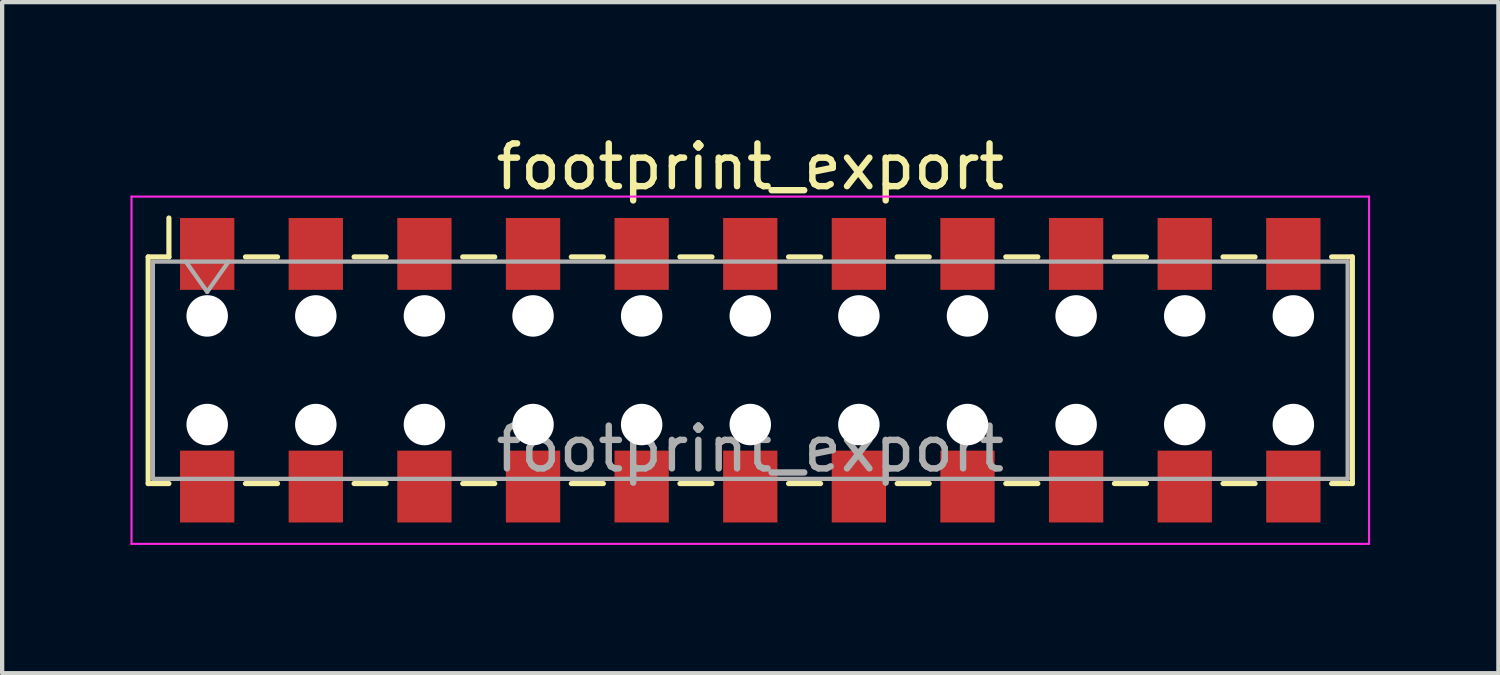
<source format=kicad_pcb>
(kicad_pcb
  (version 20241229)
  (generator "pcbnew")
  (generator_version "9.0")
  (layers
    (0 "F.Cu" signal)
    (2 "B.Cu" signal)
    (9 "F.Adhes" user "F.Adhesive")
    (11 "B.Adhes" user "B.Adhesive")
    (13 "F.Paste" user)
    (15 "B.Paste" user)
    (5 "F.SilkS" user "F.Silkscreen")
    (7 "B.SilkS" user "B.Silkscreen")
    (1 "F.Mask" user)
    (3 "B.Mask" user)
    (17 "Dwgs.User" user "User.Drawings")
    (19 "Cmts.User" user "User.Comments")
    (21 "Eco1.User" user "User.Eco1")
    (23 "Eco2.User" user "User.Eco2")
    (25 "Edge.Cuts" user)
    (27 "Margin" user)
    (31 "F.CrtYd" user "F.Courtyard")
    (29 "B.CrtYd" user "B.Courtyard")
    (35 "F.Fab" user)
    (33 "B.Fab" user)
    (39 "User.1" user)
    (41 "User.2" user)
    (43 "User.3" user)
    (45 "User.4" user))
  (footprint "footprint_export"
    (layer "F.Cu")
    (at 14.495 5.608)
    (property "Reference" "footprint_export" (at 0 -4.76 0) (layer "F.SilkS") (effects (font (size 1 1) (thickness 0.15))))
    (attr smd)
    (fp_line (start -14.08 -2.65) (end -14.08 2.65) (stroke (width 0.12) (type solid)) (layer "F.SilkS"))
    (fp_line (start -14.08 2.65) (end -13.595 2.65) (stroke (width 0.12) (type solid)) (layer "F.SilkS"))
    (fp_line (start -13.595 -3.56) (end -13.595 -2.65) (stroke (width 0.12) (type solid)) (layer "F.SilkS"))
    (fp_line (start -13.595 -2.65) (end -14.08 -2.65) (stroke (width 0.12) (type solid)) (layer "F.SilkS"))
    (fp_line (start -11.805 -2.65) (end -11.055 -2.65) (stroke (width 0.12) (type solid)) (layer "F.SilkS"))
    (fp_line (start -11.805 2.65) (end -11.055 2.65) (stroke (width 0.12) (type solid)) (layer "F.SilkS"))
    (fp_line (start -9.265 -2.65) (end -8.515 -2.65) (stroke (width 0.12) (type solid)) (layer "F.SilkS"))
    (fp_line (start -9.265 2.65) (end -8.515 2.65) (stroke (width 0.12) (type solid)) (layer "F.SilkS"))
    (fp_line (start -6.725 -2.65) (end -5.975 -2.65) (stroke (width 0.12) (type solid)) (layer "F.SilkS"))
    (fp_line (start -6.725 2.65) (end -5.975 2.65) (stroke (width 0.12) (type solid)) (layer "F.SilkS"))
    (fp_line (start -4.185 -2.65) (end -3.435 -2.65) (stroke (width 0.12) (type solid)) (layer "F.SilkS"))
    (fp_line (start -4.185 2.65) (end -3.435 2.65) (stroke (width 0.12) (type solid)) (layer "F.SilkS"))
    (fp_line (start -1.645 -2.65) (end -0.895 -2.65) (stroke (width 0.12) (type solid)) (layer "F.SilkS"))
    (fp_line (start -1.645 2.65) (end -0.895 2.65) (stroke (width 0.12) (type solid)) (layer "F.SilkS"))
    (fp_line (start 0.895 -2.65) (end 1.645 -2.65) (stroke (width 0.12) (type solid)) (layer "F.SilkS"))
    (fp_line (start 0.895 2.65) (end 1.645 2.65) (stroke (width 0.12) (type solid)) (layer "F.SilkS"))
    (fp_line (start 3.435 -2.65) (end 4.185 -2.65) (stroke (width 0.12) (type solid)) (layer "F.SilkS"))
    (fp_line (start 3.435 2.65) (end 4.185 2.65) (stroke (width 0.12) (type solid)) (layer "F.SilkS"))
    (fp_line (start 5.975 -2.65) (end 6.725 -2.65) (stroke (width 0.12) (type solid)) (layer "F.SilkS"))
    (fp_line (start 5.975 2.65) (end 6.725 2.65) (stroke (width 0.12) (type solid)) (layer "F.SilkS"))
    (fp_line (start 8.515 -2.65) (end 9.265 -2.65) (stroke (width 0.12) (type solid)) (layer "F.SilkS"))
    (fp_line (start 8.515 2.65) (end 9.265 2.65) (stroke (width 0.12) (type solid)) (layer "F.SilkS"))
    (fp_line (start 11.055 -2.65) (end 11.805 -2.65) (stroke (width 0.12) (type solid)) (layer "F.SilkS"))
    (fp_line (start 11.055 2.65) (end 11.805 2.65) (stroke (width 0.12) (type solid)) (layer "F.SilkS"))
    (fp_line (start 13.595 -2.65) (end 14.08 -2.65) (stroke (width 0.12) (type solid)) (layer "F.SilkS"))
    (fp_line (start 14.08 -2.65) (end 14.08 2.65) (stroke (width 0.12) (type solid)) (layer "F.SilkS"))
    (fp_line (start 14.08 2.65) (end 13.595 2.65) (stroke (width 0.12) (type solid)) (layer "F.SilkS"))
    (fp_line (start -14.47 -4.06) (end 14.47 -4.06) (stroke (width 0.05) (type solid)) (layer "F.CrtYd"))
    (fp_line (start -14.47 4.06) (end -14.47 -4.06) (stroke (width 0.05) (type solid)) (layer "F.CrtYd"))
    (fp_line (start 14.47 -4.06) (end 14.47 4.06) (stroke (width 0.05) (type solid)) (layer "F.CrtYd"))
    (fp_line (start 14.47 4.06) (end -14.47 4.06) (stroke (width 0.05) (type solid)) (layer "F.CrtYd"))
    (fp_line (start -13.97 -2.54) (end 13.97 -2.54) (stroke (width 0.1) (type solid)) (layer "F.Fab"))
    (fp_line (start -13.97 2.54) (end -13.97 -2.54) (stroke (width 0.1) (type solid)) (layer "F.Fab"))
    (fp_line (start -13.2 -2.54) (end -12.7 -1.833) (stroke (width 0.1) (type solid)) (layer "F.Fab"))
    (fp_line (start -12.7 -1.833) (end -12.2 -2.54) (stroke (width 0.1) (type solid)) (layer "F.Fab"))
    (fp_line (start 13.97 -2.54) (end 13.97 2.54) (stroke (width 0.1) (type solid)) (layer "F.Fab"))
    (fp_line (start 13.97 2.54) (end -13.97 2.54) (stroke (width 0.1) (type solid)) (layer "F.Fab"))
    (fp_text user "${REFERENCE}" (at 0 1.84 0) (layer "F.Fab") (effects (font (size 1 1) (thickness 0.15))))
    (pad "" np_thru_hole circle (at -12.7 -1.27) (size 0.97 0.97) (drill 0.97) (layers "*.Cu" "*.Mask"))
    (pad "" np_thru_hole circle (at -12.7 1.27) (size 0.97 0.97) (drill 0.97) (layers "*.Cu" "*.Mask"))
    (pad "" np_thru_hole circle (at -10.16 -1.27) (size 0.97 0.97) (drill 0.97) (layers "*.Cu" "*.Mask"))
    (pad "" np_thru_hole circle (at -10.16 1.27) (size 0.97 0.97) (drill 0.97) (layers "*.Cu" "*.Mask"))
    (pad "" np_thru_hole circle (at -7.62 -1.27) (size 0.97 0.97) (drill 0.97) (layers "*.Cu" "*.Mask"))
    (pad "" np_thru_hole circle (at -7.62 1.27) (size 0.97 0.97) (drill 0.97) (layers "*.Cu" "*.Mask"))
    (pad "" np_thru_hole circle (at -5.08 -1.27) (size 0.97 0.97) (drill 0.97) (layers "*.Cu" "*.Mask"))
    (pad "" np_thru_hole circle (at -5.08 1.27) (size 0.97 0.97) (drill 0.97) (layers "*.Cu" "*.Mask"))
    (pad "" np_thru_hole circle (at -2.54 -1.27) (size 0.97 0.97) (drill 0.97) (layers "*.Cu" "*.Mask"))
    (pad "" np_thru_hole circle (at -2.54 1.27) (size 0.97 0.97) (drill 0.97) (layers "*.Cu" "*.Mask"))
    (pad "" np_thru_hole circle (at 0 -1.27) (size 0.97 0.97) (drill 0.97) (layers "*.Cu" "*.Mask"))
    (pad "" np_thru_hole circle (at 0 1.27) (size 0.97 0.97) (drill 0.97) (layers "*.Cu" "*.Mask"))
    (pad "" np_thru_hole circle (at 2.54 -1.27) (size 0.97 0.97) (drill 0.97) (layers "*.Cu" "*.Mask"))
    (pad "" np_thru_hole circle (at 2.54 1.27) (size 0.97 0.97) (drill 0.97) (layers "*.Cu" "*.Mask"))
    (pad "" np_thru_hole circle (at 5.08 -1.27) (size 0.97 0.97) (drill 0.97) (layers "*.Cu" "*.Mask"))
    (pad "" np_thru_hole circle (at 5.08 1.27) (size 0.97 0.97) (drill 0.97) (layers "*.Cu" "*.Mask"))
    (pad "" np_thru_hole circle (at 7.62 -1.27) (size 0.97 0.97) (drill 0.97) (layers "*.Cu" "*.Mask"))
    (pad "" np_thru_hole circle (at 7.62 1.27) (size 0.97 0.97) (drill 0.97) (layers "*.Cu" "*.Mask"))
    (pad "" np_thru_hole circle (at 10.16 -1.27) (size 0.97 0.97) (drill 0.97) (layers "*.Cu" "*.Mask"))
    (pad "" np_thru_hole circle (at 10.16 1.27) (size 0.97 0.97) (drill 0.97) (layers "*.Cu" "*.Mask"))
    (pad "" np_thru_hole circle (at 12.7 -1.27) (size 0.97 0.97) (drill 0.97) (layers "*.Cu" "*.Mask"))
    (pad "" np_thru_hole circle (at 12.7 1.27) (size 0.97 0.97) (drill 0.97) (layers "*.Cu" "*.Mask"))
    (pad "1" smd rect (at -12.7 -2.72) (size 1.27 1.68) (layers "F.Cu" "F.Mask" "F.Paste"))
    (pad "2" smd rect (at -12.7 2.72) (size 1.27 1.68) (layers "F.Cu" "F.Mask" "F.Paste"))
    (pad "3" smd rect (at -10.16 -2.72) (size 1.27 1.68) (layers "F.Cu" "F.Mask" "F.Paste"))
    (pad "4" smd rect (at -10.16 2.72) (size 1.27 1.68) (layers "F.Cu" "F.Mask" "F.Paste"))
    (pad "5" smd rect (at -7.62 -2.72) (size 1.27 1.68) (layers "F.Cu" "F.Mask" "F.Paste"))
    (pad "6" smd rect (at -7.62 2.72) (size 1.27 1.68) (layers "F.Cu" "F.Mask" "F.Paste"))
    (pad "7" smd rect (at -5.08 -2.72) (size 1.27 1.68) (layers "F.Cu" "F.Mask" "F.Paste"))
    (pad "8" smd rect (at -5.08 2.72) (size 1.27 1.68) (layers "F.Cu" "F.Mask" "F.Paste"))
    (pad "9" smd rect (at -2.54 -2.72) (size 1.27 1.68) (layers "F.Cu" "F.Mask" "F.Paste"))
    (pad "10" smd rect (at -2.54 2.72) (size 1.27 1.68) (layers "F.Cu" "F.Mask" "F.Paste"))
    (pad "11" smd rect (at 0 -2.72) (size 1.27 1.68) (layers "F.Cu" "F.Mask" "F.Paste"))
    (pad "12" smd rect (at 0 2.72) (size 1.27 1.68) (layers "F.Cu" "F.Mask" "F.Paste"))
    (pad "13" smd rect (at 2.54 -2.72) (size 1.27 1.68) (layers "F.Cu" "F.Mask" "F.Paste"))
    (pad "14" smd rect (at 2.54 2.72) (size 1.27 1.68) (layers "F.Cu" "F.Mask" "F.Paste"))
    (pad "15" smd rect (at 5.08 -2.72) (size 1.27 1.68) (layers "F.Cu" "F.Mask" "F.Paste"))
    (pad "16" smd rect (at 5.08 2.72) (size 1.27 1.68) (layers "F.Cu" "F.Mask" "F.Paste"))
    (pad "17" smd rect (at 7.62 -2.72) (size 1.27 1.68) (layers "F.Cu" "F.Mask" "F.Paste"))
    (pad "18" smd rect (at 7.62 2.72) (size 1.27 1.68) (layers "F.Cu" "F.Mask" "F.Paste"))
    (pad "19" smd rect (at 10.16 -2.72) (size 1.27 1.68) (layers "F.Cu" "F.Mask" "F.Paste"))
    (pad "20" smd rect (at 10.16 2.72) (size 1.27 1.68) (layers "F.Cu" "F.Mask" "F.Paste"))
    (pad "21" smd rect (at 12.7 -2.72) (size 1.27 1.68) (layers "F.Cu" "F.Mask" "F.Paste"))
    (pad "22" smd rect (at 12.7 2.72) (size 1.27 1.68) (layers "F.Cu" "F.Mask" "F.Paste")))
  (gr_rect
    (start -3 -3)
    (end 31.99 12.693)
    (stroke (width 0.1) (type default))
    (fill no)
    (layer "Edge.Cuts")))
</source>
